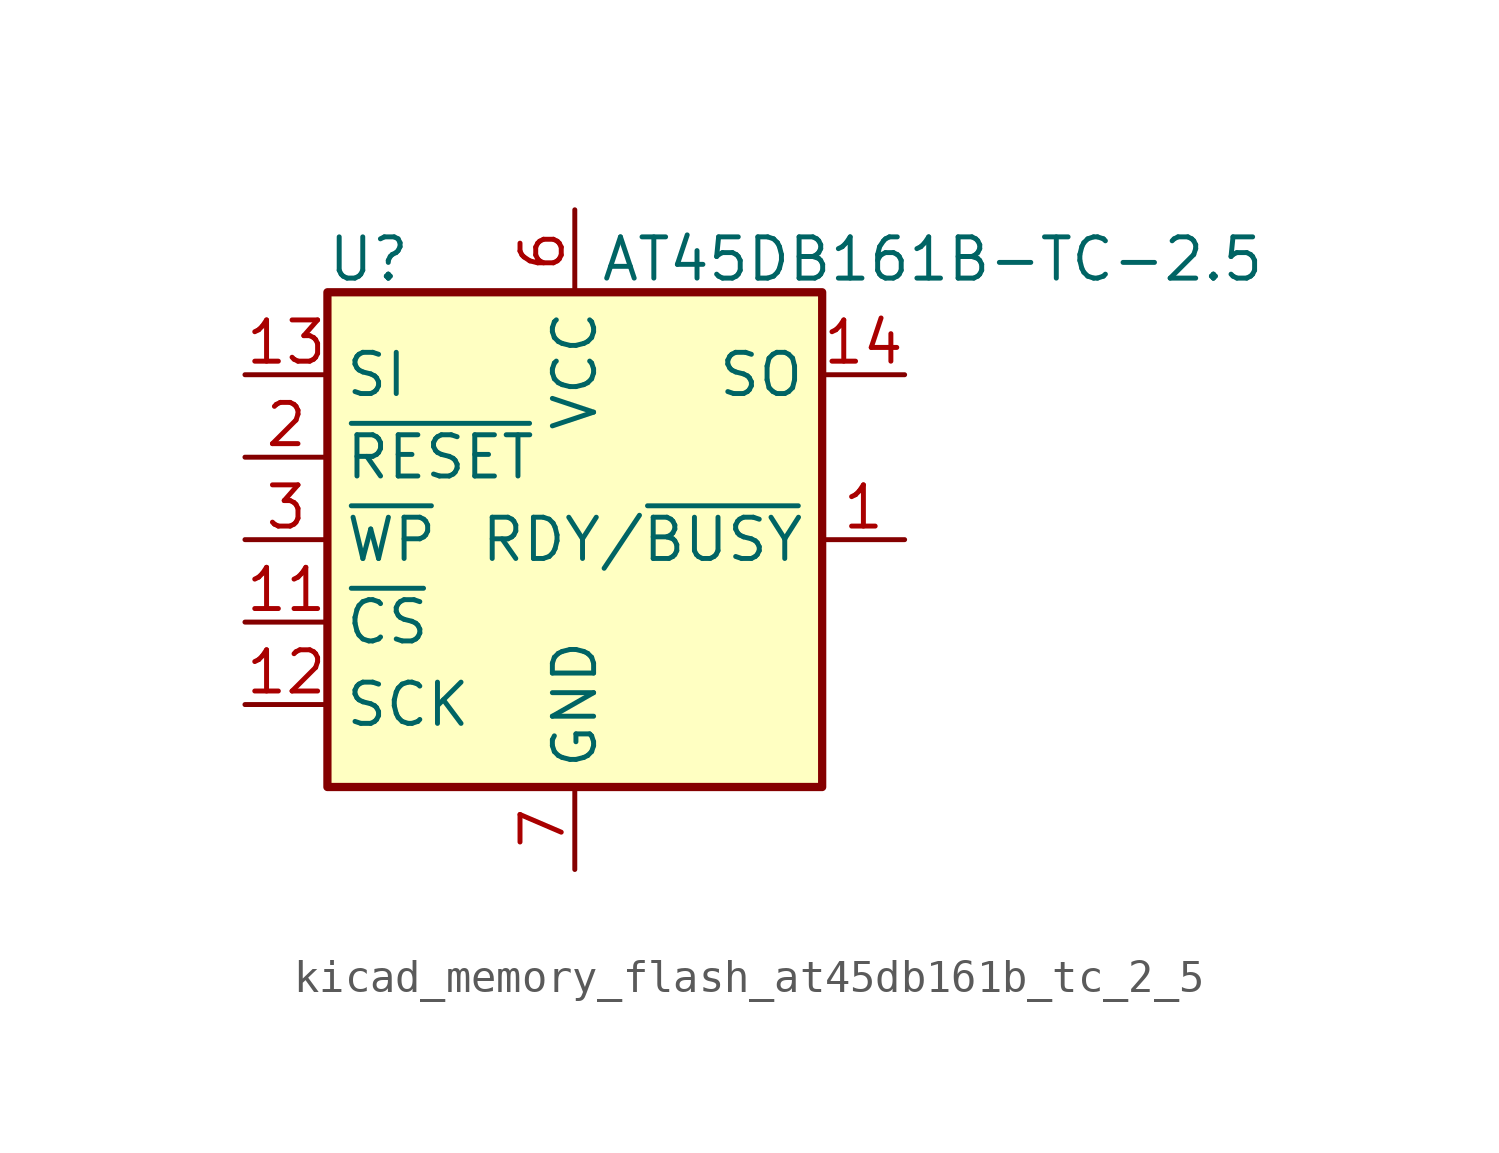
<source format=kicad_sym>
(kicad_symbol_lib
  (version 20220914)
  (generator kicad_symbol_editor)
  (symbol "kicad_memory_flash_at45db161b_tc_2_5"
    (property "Reference" "U"
      (at -6.35 8.636 0)
      (effects (font (size 1.27 1.27))))
    (property "Value" "AT45DB161B-TC-2.5"
      (at 0.762 8.636 0)
      (effects (font (size 1.27 1.27)) (justify left)))
    (symbol "kicad_memory_flash_at45db161b_tc_2_5_0_1"
      (rectangle (start -7.62 7.62) (end 7.62 -7.62) (stroke (width 0.254) (type default)) (fill (type background))))
    (symbol "kicad_memory_flash_at45db161b_tc_2_5_1_1"
      (pin output line (at 10.16 0 180) (length 2.54) (name "RDY/~{BUSY}" (effects (font (size 1.27 1.27)))) (number "1" (effects (font (size 1.27 1.27)))))
      (pin input line (at -10.16 -2.54 0) (length 2.54) (name "~{CS}" (effects (font (size 1.27 1.27)))) (number "11" (effects (font (size 1.27 1.27)))))
      (pin input line (at -10.16 -5.08 0) (length 2.54) (name "SCK" (effects (font (size 1.27 1.27)))) (number "12" (effects (font (size 1.27 1.27)))))
      (pin input line (at -10.16 5.08 0) (length 2.54) (name "SI" (effects (font (size 1.27 1.27)))) (number "13" (effects (font (size 1.27 1.27)))))
      (pin output line (at 10.16 5.08 180) (length 2.54) (name "SO" (effects (font (size 1.27 1.27)))) (number "14" (effects (font (size 1.27 1.27)))))
      (pin input line (at -10.16 2.54 0) (length 2.54) (name "~{RESET}" (effects (font (size 1.27 1.27)))) (number "2" (effects (font (size 1.27 1.27)))))
      (pin input line (at -10.16 0 0) (length 2.54) (name "~{WP}" (effects (font (size 1.27 1.27)))) (number "3" (effects (font (size 1.27 1.27)))))
      (pin power_in line (at 0 10.16 270) (length 2.54) (name "VCC" (effects (font (size 1.27 1.27)))) (number "6" (effects (font (size 1.27 1.27)))))
      (pin power_in line (at 0 -10.16 90) (length 2.54) (name "GND" (effects (font (size 1.27 1.27)))) (number "7" (effects (font (size 1.27 1.27))))))))
</source>
